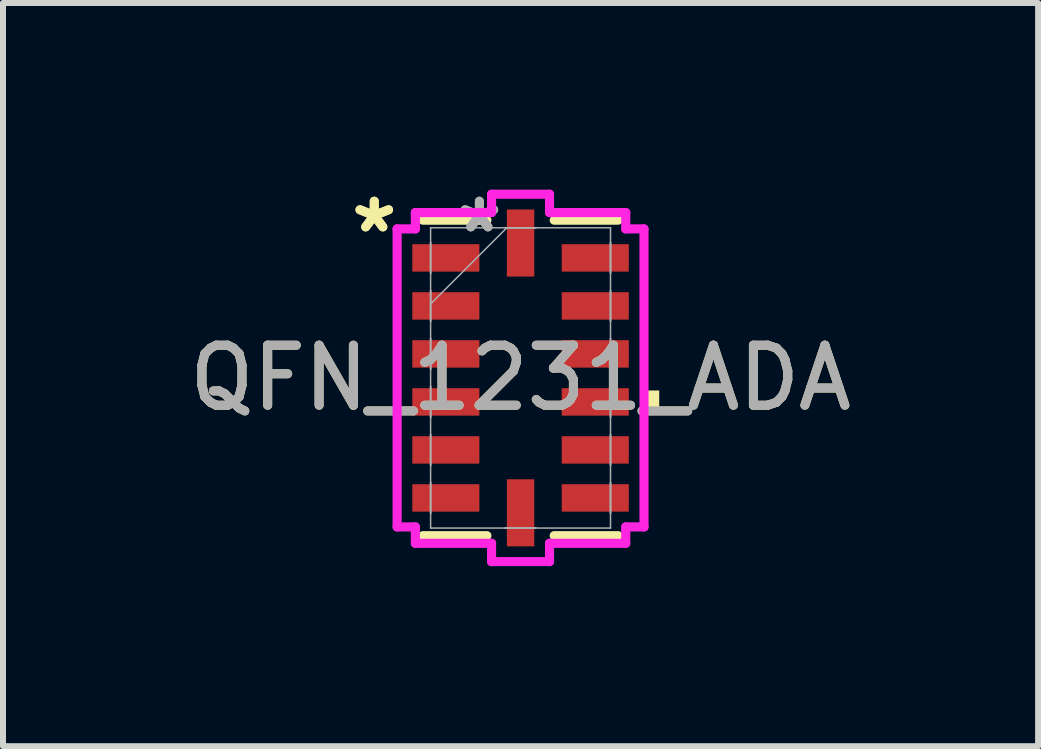
<source format=kicad_pcb>
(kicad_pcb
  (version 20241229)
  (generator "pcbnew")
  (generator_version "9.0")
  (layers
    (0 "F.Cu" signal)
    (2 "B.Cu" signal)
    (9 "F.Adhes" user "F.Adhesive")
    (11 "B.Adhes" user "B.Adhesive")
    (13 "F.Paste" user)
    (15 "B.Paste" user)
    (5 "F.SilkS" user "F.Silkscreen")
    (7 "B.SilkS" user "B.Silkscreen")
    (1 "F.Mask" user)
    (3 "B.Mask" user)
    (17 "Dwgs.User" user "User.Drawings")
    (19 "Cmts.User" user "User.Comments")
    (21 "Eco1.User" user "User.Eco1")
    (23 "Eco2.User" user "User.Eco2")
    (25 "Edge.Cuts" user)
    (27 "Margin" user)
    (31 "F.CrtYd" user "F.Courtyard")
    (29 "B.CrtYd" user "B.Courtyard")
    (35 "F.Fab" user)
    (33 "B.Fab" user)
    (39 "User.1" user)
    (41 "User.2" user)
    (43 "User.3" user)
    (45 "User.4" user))
  (footprint "QFN_1231_ADA"
    (layer "F.Cu")
    (at 5.625 3.248)
    (property "Reference" "QFN_1231_ADA" (at 0 0 0) (unlocked yes) (layer "F.SilkS") (effects (font (size 1 1) (thickness 0.15))))
    (attr smd)
    (fp_line (start -1.626 2.629) (end -0.561 2.629) (stroke (width 0.152) (type solid)) (layer "F.SilkS"))
    (fp_line (start -0.561 -2.629) (end -1.626 -2.629) (stroke (width 0.152) (type solid)) (layer "F.SilkS"))
    (fp_line (start 0.561 2.629) (end 1.626 2.629) (stroke (width 0.152) (type solid)) (layer "F.SilkS"))
    (fp_line (start 1.626 -2.629) (end 0.561 -2.629) (stroke (width 0.152) (type solid)) (layer "F.SilkS"))
    (fp_poly (pts (xy 2.311 0.209) (xy 2.311 0.59) (xy 2.057 0.59) (xy 2.057 0.209)) (stroke (width 0) (type solid)) (fill yes) (layer "F.SilkS"))
    (fp_line (start -2.057 -2.483) (end -1.753 -2.483) (stroke (width 0.152) (type solid)) (layer "F.CrtYd"))
    (fp_line (start -2.057 2.483) (end -2.057 -2.483) (stroke (width 0.152) (type solid)) (layer "F.CrtYd"))
    (fp_line (start -1.753 -2.756) (end -0.483 -2.756) (stroke (width 0.152) (type solid)) (layer "F.CrtYd"))
    (fp_line (start -1.753 -2.483) (end -1.753 -2.756) (stroke (width 0.152) (type solid)) (layer "F.CrtYd"))
    (fp_line (start -1.753 2.483) (end -2.057 2.483) (stroke (width 0.152) (type solid)) (layer "F.CrtYd"))
    (fp_line (start -1.753 2.756) (end -1.753 2.483) (stroke (width 0.152) (type solid)) (layer "F.CrtYd"))
    (fp_line (start -0.483 -3.061) (end 0.483 -3.061) (stroke (width 0.152) (type solid)) (layer "F.CrtYd"))
    (fp_line (start -0.483 -2.756) (end -0.483 -3.061) (stroke (width 0.152) (type solid)) (layer "F.CrtYd"))
    (fp_line (start -0.483 2.756) (end -1.753 2.756) (stroke (width 0.152) (type solid)) (layer "F.CrtYd"))
    (fp_line (start -0.483 3.061) (end -0.483 2.756) (stroke (width 0.152) (type solid)) (layer "F.CrtYd"))
    (fp_line (start 0.483 -3.061) (end 0.483 -2.756) (stroke (width 0.152) (type solid)) (layer "F.CrtYd"))
    (fp_line (start 0.483 -2.756) (end 1.753 -2.756) (stroke (width 0.152) (type solid)) (layer "F.CrtYd"))
    (fp_line (start 0.483 2.756) (end 0.483 3.061) (stroke (width 0.152) (type solid)) (layer "F.CrtYd"))
    (fp_line (start 0.483 3.061) (end -0.483 3.061) (stroke (width 0.152) (type solid)) (layer "F.CrtYd"))
    (fp_line (start 1.753 -2.756) (end 1.753 -2.483) (stroke (width 0.152) (type solid)) (layer "F.CrtYd"))
    (fp_line (start 1.753 -2.483) (end 2.057 -2.483) (stroke (width 0.152) (type solid)) (layer "F.CrtYd"))
    (fp_line (start 1.753 2.483) (end 1.753 2.756) (stroke (width 0.152) (type solid)) (layer "F.CrtYd"))
    (fp_line (start 1.753 2.756) (end 0.483 2.756) (stroke (width 0.152) (type solid)) (layer "F.CrtYd"))
    (fp_line (start 2.057 -2.483) (end 2.057 2.483) (stroke (width 0.152) (type solid)) (layer "F.CrtYd"))
    (fp_line (start 2.057 2.483) (end 1.753 2.483) (stroke (width 0.152) (type solid)) (layer "F.CrtYd"))
    (fp_line (start -1.499 -2.502) (end -1.499 -2.502) (stroke (width 0.025) (type solid)) (layer "F.Fab"))
    (fp_line (start -1.499 -2.502) (end -1.499 2.502) (stroke (width 0.025) (type solid)) (layer "F.Fab"))
    (fp_line (start -1.499 -2.254) (end -1.499 -2.254) (stroke (width 0.025) (type solid)) (layer "F.Fab"))
    (fp_line (start -1.499 -2.254) (end -1.499 -1.746) (stroke (width 0.025) (type solid)) (layer "F.Fab"))
    (fp_line (start -1.499 -1.746) (end -1.499 -2.254) (stroke (width 0.025) (type solid)) (layer "F.Fab"))
    (fp_line (start -1.499 -1.746) (end -1.499 -1.746) (stroke (width 0.025) (type solid)) (layer "F.Fab"))
    (fp_line (start -1.499 -1.454) (end -1.499 -1.454) (stroke (width 0.025) (type solid)) (layer "F.Fab"))
    (fp_line (start -1.499 -1.454) (end -1.499 -0.946) (stroke (width 0.025) (type solid)) (layer "F.Fab"))
    (fp_line (start -1.499 -1.232) (end -0.229 -2.502) (stroke (width 0.025) (type solid)) (layer "F.Fab"))
    (fp_line (start -1.499 -0.946) (end -1.499 -1.454) (stroke (width 0.025) (type solid)) (layer "F.Fab"))
    (fp_line (start -1.499 -0.946) (end -1.499 -0.946) (stroke (width 0.025) (type solid)) (layer "F.Fab"))
    (fp_line (start -1.499 -0.654) (end -1.499 -0.654) (stroke (width 0.025) (type solid)) (layer "F.Fab"))
    (fp_line (start -1.499 -0.654) (end -1.499 -0.146) (stroke (width 0.025) (type solid)) (layer "F.Fab"))
    (fp_line (start -1.499 -0.146) (end -1.499 -0.654) (stroke (width 0.025) (type solid)) (layer "F.Fab"))
    (fp_line (start -1.499 -0.146) (end -1.499 -0.146) (stroke (width 0.025) (type solid)) (layer "F.Fab"))
    (fp_line (start -1.499 0.146) (end -1.499 0.146) (stroke (width 0.025) (type solid)) (layer "F.Fab"))
    (fp_line (start -1.499 0.146) (end -1.499 0.654) (stroke (width 0.025) (type solid)) (layer "F.Fab"))
    (fp_line (start -1.499 0.654) (end -1.499 0.146) (stroke (width 0.025) (type solid)) (layer "F.Fab"))
    (fp_line (start -1.499 0.654) (end -1.499 0.654) (stroke (width 0.025) (type solid)) (layer "F.Fab"))
    (fp_line (start -1.499 0.946) (end -1.499 0.946) (stroke (width 0.025) (type solid)) (layer "F.Fab"))
    (fp_line (start -1.499 0.946) (end -1.499 1.454) (stroke (width 0.025) (type solid)) (layer "F.Fab"))
    (fp_line (start -1.499 1.454) (end -1.499 0.946) (stroke (width 0.025) (type solid)) (layer "F.Fab"))
    (fp_line (start -1.499 1.454) (end -1.499 1.454) (stroke (width 0.025) (type solid)) (layer "F.Fab"))
    (fp_line (start -1.499 1.746) (end -1.499 1.746) (stroke (width 0.025) (type solid)) (layer "F.Fab"))
    (fp_line (start -1.499 1.746) (end -1.499 2.254) (stroke (width 0.025) (type solid)) (layer "F.Fab"))
    (fp_line (start -1.499 2.254) (end -1.499 1.746) (stroke (width 0.025) (type solid)) (layer "F.Fab"))
    (fp_line (start -1.499 2.254) (end -1.499 2.254) (stroke (width 0.025) (type solid)) (layer "F.Fab"))
    (fp_line (start -1.499 2.502) (end -1.499 2.502) (stroke (width 0.025) (type solid)) (layer "F.Fab"))
    (fp_line (start -1.499 2.502) (end 1.499 2.502) (stroke (width 0.025) (type solid)) (layer "F.Fab"))
    (fp_line (start -0.254 -2.502) (end -0.254 -2.502) (stroke (width 0.025) (type solid)) (layer "F.Fab"))
    (fp_line (start -0.254 -2.502) (end 0.254 -2.502) (stroke (width 0.025) (type solid)) (layer "F.Fab"))
    (fp_line (start -0.254 2.502) (end -0.254 2.502) (stroke (width 0.025) (type solid)) (layer "F.Fab"))
    (fp_line (start -0.254 2.502) (end 0.254 2.502) (stroke (width 0.025) (type solid)) (layer "F.Fab"))
    (fp_line (start 0.254 -2.502) (end -0.254 -2.502) (stroke (width 0.025) (type solid)) (layer "F.Fab"))
    (fp_line (start 0.254 -2.502) (end 0.254 -2.502) (stroke (width 0.025) (type solid)) (layer "F.Fab"))
    (fp_line (start 0.254 2.502) (end -0.254 2.502) (stroke (width 0.025) (type solid)) (layer "F.Fab"))
    (fp_line (start 0.254 2.502) (end 0.254 2.502) (stroke (width 0.025) (type solid)) (layer "F.Fab"))
    (fp_line (start 1.499 -2.502) (end -1.499 -2.502) (stroke (width 0.025) (type solid)) (layer "F.Fab"))
    (fp_line (start 1.499 -2.502) (end 1.499 -2.502) (stroke (width 0.025) (type solid)) (layer "F.Fab"))
    (fp_line (start 1.499 -2.254) (end 1.499 -2.254) (stroke (width 0.025) (type solid)) (layer "F.Fab"))
    (fp_line (start 1.499 -2.254) (end 1.499 -1.746) (stroke (width 0.025) (type solid)) (layer "F.Fab"))
    (fp_line (start 1.499 -1.746) (end 1.499 -2.254) (stroke (width 0.025) (type solid)) (layer "F.Fab"))
    (fp_line (start 1.499 -1.746) (end 1.499 -1.746) (stroke (width 0.025) (type solid)) (layer "F.Fab"))
    (fp_line (start 1.499 -1.454) (end 1.499 -1.454) (stroke (width 0.025) (type solid)) (layer "F.Fab"))
    (fp_line (start 1.499 -1.454) (end 1.499 -0.946) (stroke (width 0.025) (type solid)) (layer "F.Fab"))
    (fp_line (start 1.499 -0.946) (end 1.499 -1.454) (stroke (width 0.025) (type solid)) (layer "F.Fab"))
    (fp_line (start 1.499 -0.946) (end 1.499 -0.946) (stroke (width 0.025) (type solid)) (layer "F.Fab"))
    (fp_line (start 1.499 -0.654) (end 1.499 -0.654) (stroke (width 0.025) (type solid)) (layer "F.Fab"))
    (fp_line (start 1.499 -0.654) (end 1.499 -0.146) (stroke (width 0.025) (type solid)) (layer "F.Fab"))
    (fp_line (start 1.499 -0.146) (end 1.499 -0.654) (stroke (width 0.025) (type solid)) (layer "F.Fab"))
    (fp_line (start 1.499 -0.146) (end 1.499 -0.146) (stroke (width 0.025) (type solid)) (layer "F.Fab"))
    (fp_line (start 1.499 0.146) (end 1.499 0.146) (stroke (width 0.025) (type solid)) (layer "F.Fab"))
    (fp_line (start 1.499 0.146) (end 1.499 0.654) (stroke (width 0.025) (type solid)) (layer "F.Fab"))
    (fp_line (start 1.499 0.654) (end 1.499 0.146) (stroke (width 0.025) (type solid)) (layer "F.Fab"))
    (fp_line (start 1.499 0.654) (end 1.499 0.654) (stroke (width 0.025) (type solid)) (layer "F.Fab"))
    (fp_line (start 1.499 0.946) (end 1.499 0.946) (stroke (width 0.025) (type solid)) (layer "F.Fab"))
    (fp_line (start 1.499 0.946) (end 1.499 1.454) (stroke (width 0.025) (type solid)) (layer "F.Fab"))
    (fp_line (start 1.499 1.454) (end 1.499 0.946) (stroke (width 0.025) (type solid)) (layer "F.Fab"))
    (fp_line (start 1.499 1.454) (end 1.499 1.454) (stroke (width 0.025) (type solid)) (layer "F.Fab"))
    (fp_line (start 1.499 1.746) (end 1.499 1.746) (stroke (width 0.025) (type solid)) (layer "F.Fab"))
    (fp_line (start 1.499 1.746) (end 1.499 2.254) (stroke (width 0.025) (type solid)) (layer "F.Fab"))
    (fp_line (start 1.499 2.254) (end 1.499 1.746) (stroke (width 0.025) (type solid)) (layer "F.Fab"))
    (fp_line (start 1.499 2.254) (end 1.499 2.254) (stroke (width 0.025) (type solid)) (layer "F.Fab"))
    (fp_line (start 1.499 2.502) (end 1.499 -2.502) (stroke (width 0.025) (type solid)) (layer "F.Fab"))
    (fp_line (start 1.499 2.502) (end 1.499 2.502) (stroke (width 0.025) (type solid)) (layer "F.Fab"))
    (fp_text user "*" (at -2.438 -2.4 0) (unlocked yes) (layer "F.SilkS") (effects (font (size 1 1) (thickness 0.15))))
    (fp_text user "*" (at -2.438 -2.4 0) (layer "F.SilkS") (effects (font (size 1 1) (thickness 0.15))))
    (fp_text user "${REFERENCE}" (at 0 0 0) (unlocked yes) (layer "F.Fab") (effects (font (size 1 1) (thickness 0.15))))
    (fp_text user "*" (at -0.686 -2.4 0) (unlocked yes) (layer "F.Fab") (effects (font (size 1 1) (thickness 0.15))))
    (fp_text user "*" (at -0.686 -2.4 0) (layer "F.Fab") (effects (font (size 1 1) (thickness 0.15))))
    (pad "1" smd rect (at -1.245 -2 90) (size 0.457 1.118) (layers "F.Cu" "F.Mask" "F.Paste"))
    (pad "2" smd rect (at -1.245 -1.2 90) (size 0.457 1.118) (layers "F.Cu" "F.Mask" "F.Paste"))
    (pad "3" smd rect (at -1.245 -0.4 90) (size 0.457 1.118) (layers "F.Cu" "F.Mask" "F.Paste"))
    (pad "4" smd rect (at -1.245 0.4 90) (size 0.457 1.118) (layers "F.Cu" "F.Mask" "F.Paste"))
    (pad "5" smd rect (at -1.245 1.2 90) (size 0.457 1.118) (layers "F.Cu" "F.Mask" "F.Paste"))
    (pad "6" smd rect (at -1.245 2 90) (size 0.457 1.118) (layers "F.Cu" "F.Mask" "F.Paste"))
    (pad "7" smd rect (at 0 2.248) (size 0.457 1.118) (layers "F.Cu" "F.Mask" "F.Paste"))
    (pad "8" smd rect (at 1.245 2 90) (size 0.457 1.118) (layers "F.Cu" "F.Mask" "F.Paste"))
    (pad "9" smd rect (at 1.245 1.2 90) (size 0.457 1.118) (layers "F.Cu" "F.Mask" "F.Paste"))
    (pad "10" smd rect (at 1.245 0.4 90) (size 0.457 1.118) (layers "F.Cu" "F.Mask" "F.Paste"))
    (pad "11" smd rect (at 1.245 -0.4 90) (size 0.457 1.118) (layers "F.Cu" "F.Mask" "F.Paste"))
    (pad "12" smd rect (at 1.245 -1.2 90) (size 0.457 1.118) (layers "F.Cu" "F.Mask" "F.Paste"))
    (pad "13" smd rect (at 1.245 -2 90) (size 0.457 1.118) (layers "F.Cu" "F.Mask" "F.Paste"))
    (pad "14" smd rect (at 0 -2.248) (size 0.457 1.118) (layers "F.Cu" "F.Mask" "F.Paste")))
  (gr_rect
    (start -3 -3)
    (end 14.25 9.385)
    (stroke (width 0.1) (type default))
    (fill no)
    (layer "Edge.Cuts")))
</source>
